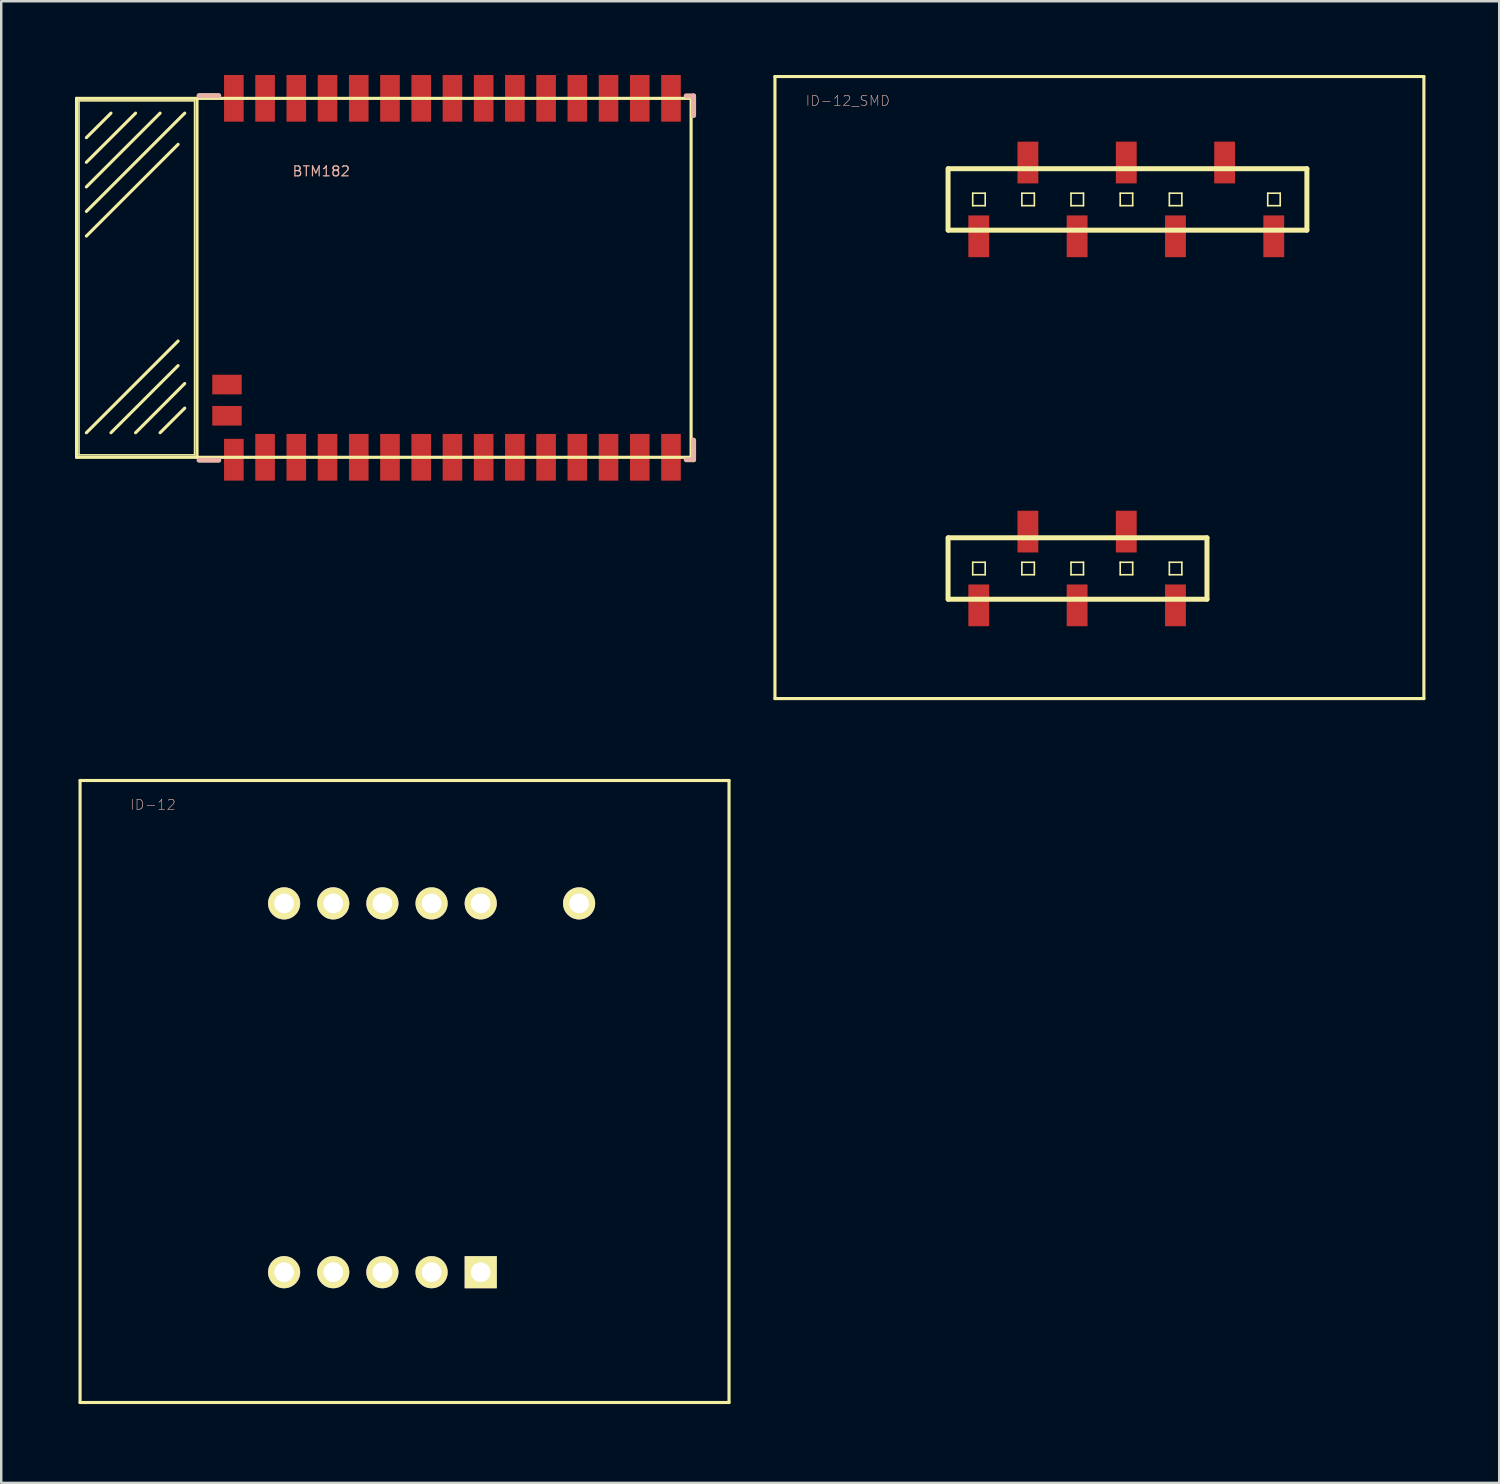
<source format=kicad_pcb>
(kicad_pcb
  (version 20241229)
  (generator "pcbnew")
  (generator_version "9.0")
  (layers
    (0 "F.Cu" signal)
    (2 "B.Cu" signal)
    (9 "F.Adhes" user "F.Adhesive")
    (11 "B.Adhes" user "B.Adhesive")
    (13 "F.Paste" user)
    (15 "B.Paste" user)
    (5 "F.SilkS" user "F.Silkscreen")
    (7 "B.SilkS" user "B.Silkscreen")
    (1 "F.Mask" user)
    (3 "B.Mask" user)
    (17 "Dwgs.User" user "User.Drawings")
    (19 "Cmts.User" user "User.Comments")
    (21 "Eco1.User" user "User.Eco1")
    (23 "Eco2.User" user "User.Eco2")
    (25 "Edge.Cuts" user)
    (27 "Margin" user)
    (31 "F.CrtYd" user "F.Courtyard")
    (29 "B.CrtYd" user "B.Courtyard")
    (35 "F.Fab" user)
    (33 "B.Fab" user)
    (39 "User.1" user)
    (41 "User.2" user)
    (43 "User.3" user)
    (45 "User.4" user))
  (footprint "ID-12"
    (layer "F.Cu")
    (at 0.25 54.014)
    (property "Reference" "ID-12" (at 2.921 -24.333 0) (layer "B.SilkS") (effects (font (size 0.406 0.406) (thickness 0.025))))
    (attr exclude_from_pos_files exclude_from_bom)
    (fp_line (start -0.043 -25.319) (end -0.043 -0.018) (stroke (width 0.127) (type solid)) (layer "F.SilkS"))
    (fp_line (start -0.043 -0.018) (end 26.352 -0.018) (stroke (width 0.127) (type solid)) (layer "F.SilkS"))
    (fp_line (start 26.352 -25.319) (end -0.043 -25.319) (stroke (width 0.127) (type solid)) (layer "F.SilkS"))
    (fp_line (start 26.352 -0.018) (end 26.352 -25.319) (stroke (width 0.127) (type solid)) (layer "F.SilkS"))
    (pad "1" thru_hole rect (at 16.253 -5.319) (size 1.306 1.306) (drill 0.798) (layers "*.Cu" "F.Mask" "F.SilkS" "F.Paste"))
    (pad "2" thru_hole circle (at 14.254 -5.319) (size 1.306 1.306) (drill 0.798) (layers "*.Cu" "F.Mask" "F.SilkS" "F.Paste"))
    (pad "3" thru_hole circle (at 12.253 -5.319) (size 1.306 1.306) (drill 0.798) (layers "*.Cu" "F.Mask" "F.SilkS" "F.Paste"))
    (pad "4" thru_hole circle (at 10.254 -5.319) (size 1.306 1.306) (drill 0.798) (layers "*.Cu" "F.Mask" "F.SilkS" "F.Paste"))
    (pad "5" thru_hole circle (at 8.255 -5.319) (size 1.306 1.306) (drill 0.798) (layers "*.Cu" "F.Mask" "F.SilkS" "F.Paste"))
    (pad "6" thru_hole circle (at 8.255 -20.32) (size 1.306 1.306) (drill 0.798) (layers "*.Cu" "F.Mask" "F.SilkS" "F.Paste"))
    (pad "7" thru_hole circle (at 10.254 -20.32) (size 1.306 1.306) (drill 0.798) (layers "*.Cu" "F.Mask" "F.SilkS" "F.Paste"))
    (pad "8" thru_hole circle (at 12.253 -20.32) (size 1.306 1.306) (drill 0.798) (layers "*.Cu" "F.Mask" "F.SilkS" "F.Paste"))
    (pad "9" thru_hole circle (at 14.254 -20.32) (size 1.306 1.306) (drill 0.798) (layers "*.Cu" "F.Mask" "F.SilkS" "F.Paste"))
    (pad "10" thru_hole circle (at 16.253 -20.32) (size 1.306 1.306) (drill 0.798) (layers "*.Cu" "F.Mask" "F.SilkS" "F.Paste"))
    (pad "11" thru_hole circle (at 20.254 -20.32) (size 1.306 1.306) (drill 0.798) (layers "*.Cu" "F.Mask" "F.SilkS" "F.Paste")))
  (footprint "ID-12_SMD"
    (layer "F.Cu")
    (at 28.513 25.382)
    (property "Reference" "ID-12_SMD" (at 2.921 -24.333 0) (layer "B.SilkS") (effects (font (size 0.406 0.406) (thickness 0.025))))
    (attr smd)
    (fp_line (start -0.043 -25.319) (end -0.043 -0.018) (stroke (width 0.127) (type solid)) (layer "F.SilkS"))
    (fp_line (start -0.043 -0.018) (end 26.352 -0.018) (stroke (width 0.127) (type solid)) (layer "F.SilkS"))
    (fp_line (start 6.998 -21.57) (end 6.998 -19.07) (stroke (width 0.203) (type solid)) (layer "F.SilkS"))
    (fp_line (start 6.998 -6.558) (end 6.998 -4.059) (stroke (width 0.203) (type solid)) (layer "F.SilkS"))
    (fp_line (start 7.01 -21.57) (end 21.593 -21.57) (stroke (width 0.203) (type solid)) (layer "F.SilkS"))
    (fp_line (start 7.01 -6.558) (end 17.529 -6.558) (stroke (width 0.203) (type solid)) (layer "F.SilkS"))
    (fp_line (start 8.001 -20.574) (end 8.509 -20.574) (stroke (width 0.066) (type solid)) (layer "F.SilkS"))
    (fp_line (start 8.001 -20.066) (end 8.001 -20.574) (stroke (width 0.066) (type solid)) (layer "F.SilkS"))
    (fp_line (start 8.001 -20.066) (end 8.509 -20.066) (stroke (width 0.066) (type solid)) (layer "F.SilkS"))
    (fp_line (start 8.001 -5.563) (end 8.509 -5.563) (stroke (width 0.066) (type solid)) (layer "F.SilkS"))
    (fp_line (start 8.001 -5.055) (end 8.001 -5.563) (stroke (width 0.066) (type solid)) (layer "F.SilkS"))
    (fp_line (start 8.001 -5.055) (end 8.509 -5.055) (stroke (width 0.066) (type solid)) (layer "F.SilkS"))
    (fp_line (start 8.509 -20.066) (end 8.509 -20.574) (stroke (width 0.066) (type solid)) (layer "F.SilkS"))
    (fp_line (start 8.509 -5.055) (end 8.509 -5.563) (stroke (width 0.066) (type solid)) (layer "F.SilkS"))
    (fp_line (start 10 -20.574) (end 10.508 -20.574) (stroke (width 0.066) (type solid)) (layer "F.SilkS"))
    (fp_line (start 10 -20.066) (end 10 -20.574) (stroke (width 0.066) (type solid)) (layer "F.SilkS"))
    (fp_line (start 10 -20.066) (end 10.508 -20.066) (stroke (width 0.066) (type solid)) (layer "F.SilkS"))
    (fp_line (start 10 -5.563) (end 10.508 -5.563) (stroke (width 0.066) (type solid)) (layer "F.SilkS"))
    (fp_line (start 10 -5.055) (end 10 -5.563) (stroke (width 0.066) (type solid)) (layer "F.SilkS"))
    (fp_line (start 10 -5.055) (end 10.508 -5.055) (stroke (width 0.066) (type solid)) (layer "F.SilkS"))
    (fp_line (start 10.508 -20.066) (end 10.508 -20.574) (stroke (width 0.066) (type solid)) (layer "F.SilkS"))
    (fp_line (start 10.508 -5.055) (end 10.508 -5.563) (stroke (width 0.066) (type solid)) (layer "F.SilkS"))
    (fp_line (start 11.999 -20.574) (end 12.507 -20.574) (stroke (width 0.066) (type solid)) (layer "F.SilkS"))
    (fp_line (start 11.999 -20.066) (end 11.999 -20.574) (stroke (width 0.066) (type solid)) (layer "F.SilkS"))
    (fp_line (start 11.999 -20.066) (end 12.507 -20.066) (stroke (width 0.066) (type solid)) (layer "F.SilkS"))
    (fp_line (start 11.999 -5.563) (end 12.507 -5.563) (stroke (width 0.066) (type solid)) (layer "F.SilkS"))
    (fp_line (start 11.999 -5.055) (end 11.999 -5.563) (stroke (width 0.066) (type solid)) (layer "F.SilkS"))
    (fp_line (start 11.999 -5.055) (end 12.507 -5.055) (stroke (width 0.066) (type solid)) (layer "F.SilkS"))
    (fp_line (start 12.507 -20.066) (end 12.507 -20.574) (stroke (width 0.066) (type solid)) (layer "F.SilkS"))
    (fp_line (start 12.507 -5.055) (end 12.507 -5.563) (stroke (width 0.066) (type solid)) (layer "F.SilkS"))
    (fp_line (start 14 -20.574) (end 14.508 -20.574) (stroke (width 0.066) (type solid)) (layer "F.SilkS"))
    (fp_line (start 14 -20.066) (end 14 -20.574) (stroke (width 0.066) (type solid)) (layer "F.SilkS"))
    (fp_line (start 14 -20.066) (end 14.508 -20.066) (stroke (width 0.066) (type solid)) (layer "F.SilkS"))
    (fp_line (start 14 -5.563) (end 14.508 -5.563) (stroke (width 0.066) (type solid)) (layer "F.SilkS"))
    (fp_line (start 14 -5.055) (end 14 -5.563) (stroke (width 0.066) (type solid)) (layer "F.SilkS"))
    (fp_line (start 14 -5.055) (end 14.508 -5.055) (stroke (width 0.066) (type solid)) (layer "F.SilkS"))
    (fp_line (start 14.508 -20.066) (end 14.508 -20.574) (stroke (width 0.066) (type solid)) (layer "F.SilkS"))
    (fp_line (start 14.508 -5.055) (end 14.508 -5.563) (stroke (width 0.066) (type solid)) (layer "F.SilkS"))
    (fp_line (start 15.999 -20.574) (end 16.507 -20.574) (stroke (width 0.066) (type solid)) (layer "F.SilkS"))
    (fp_line (start 15.999 -20.066) (end 15.999 -20.574) (stroke (width 0.066) (type solid)) (layer "F.SilkS"))
    (fp_line (start 15.999 -20.066) (end 16.507 -20.066) (stroke (width 0.066) (type solid)) (layer "F.SilkS"))
    (fp_line (start 15.999 -5.563) (end 16.507 -5.563) (stroke (width 0.066) (type solid)) (layer "F.SilkS"))
    (fp_line (start 15.999 -5.055) (end 15.999 -5.563) (stroke (width 0.066) (type solid)) (layer "F.SilkS"))
    (fp_line (start 15.999 -5.055) (end 16.507 -5.055) (stroke (width 0.066) (type solid)) (layer "F.SilkS"))
    (fp_line (start 16.507 -20.066) (end 16.507 -20.574) (stroke (width 0.066) (type solid)) (layer "F.SilkS"))
    (fp_line (start 16.507 -5.055) (end 16.507 -5.563) (stroke (width 0.066) (type solid)) (layer "F.SilkS"))
    (fp_line (start 17.529 -6.558) (end 17.529 -4.059) (stroke (width 0.203) (type solid)) (layer "F.SilkS"))
    (fp_line (start 17.529 -4.059) (end 7.01 -4.059) (stroke (width 0.203) (type solid)) (layer "F.SilkS"))
    (fp_line (start 20 -20.574) (end 20.508 -20.574) (stroke (width 0.066) (type solid)) (layer "F.SilkS"))
    (fp_line (start 20 -20.066) (end 20 -20.574) (stroke (width 0.066) (type solid)) (layer "F.SilkS"))
    (fp_line (start 20 -20.066) (end 20.508 -20.066) (stroke (width 0.066) (type solid)) (layer "F.SilkS"))
    (fp_line (start 20.508 -20.066) (end 20.508 -20.574) (stroke (width 0.066) (type solid)) (layer "F.SilkS"))
    (fp_line (start 21.593 -21.57) (end 21.593 -19.07) (stroke (width 0.203) (type solid)) (layer "F.SilkS"))
    (fp_line (start 21.593 -19.07) (end 7.01 -19.07) (stroke (width 0.203) (type solid)) (layer "F.SilkS"))
    (fp_line (start 26.352 -25.319) (end -0.043 -25.319) (stroke (width 0.127) (type solid)) (layer "F.SilkS"))
    (fp_line (start 26.352 -0.018) (end 26.352 -25.319) (stroke (width 0.127) (type solid)) (layer "F.SilkS"))
    (pad "1" smd rect (at 16.248 -3.81) (size 0.848 1.699) (layers "F.Cu" "F.Mask" "F.Paste"))
    (pad "2" smd rect (at 14.247 -6.81) (size 0.848 1.699) (layers "F.Cu" "F.Mask" "F.Paste"))
    (pad "3" smd rect (at 12.248 -3.81) (size 0.848 1.699) (layers "F.Cu" "F.Mask" "F.Paste"))
    (pad "4" smd rect (at 10.246 -6.81) (size 0.848 1.699) (layers "F.Cu" "F.Mask" "F.Paste"))
    (pad "5" smd rect (at 8.247 -3.81) (size 0.848 1.699) (layers "F.Cu" "F.Mask" "F.Paste"))
    (pad "6" smd rect (at 8.247 -18.821) (size 0.848 1.699) (layers "F.Cu" "F.Mask" "F.Paste"))
    (pad "7" smd rect (at 10.246 -21.821) (size 0.848 1.699) (layers "F.Cu" "F.Mask" "F.Paste"))
    (pad "8" smd rect (at 12.248 -18.821) (size 0.848 1.699) (layers "F.Cu" "F.Mask" "F.Paste"))
    (pad "9" smd rect (at 14.247 -21.821) (size 0.848 1.699) (layers "F.Cu" "F.Mask" "F.Paste"))
    (pad "10" smd rect (at 16.248 -18.821) (size 0.848 1.699) (layers "F.Cu" "F.Mask" "F.Paste"))
    (pad "11" smd rect (at 20.246 -18.821) (size 0.848 1.699) (layers "F.Cu" "F.Mask" "F.Paste"))
    (pad "NC" smd rect (at 18.247 -21.821) (size 0.848 1.699) (layers "F.Cu" "F.Mask" "F.Paste")))
  (footprint "BTM182"
    (layer "F.Cu")
    (at 6.462 15.55)
    (property "Reference" "BTM182" (at 3.556 -11.633 0) (layer "B.SilkS") (effects (font (size 0.406 0.406) (thickness 0.051))))
    (attr smd)
    (fp_line (start -6.398 -14.6) (end -6.398 0) (stroke (width 0.127) (type solid)) (layer "F.SilkS"))
    (fp_line (start -6.398 0) (end -1.499 0) (stroke (width 0.127) (type solid)) (layer "F.SilkS"))
    (fp_line (start -6.299 -14.498) (end -1.598 -14.498) (stroke (width 0.066) (type solid)) (layer "F.SilkS"))
    (fp_line (start -6.299 -0.099) (end -6.299 -14.498) (stroke (width 0.066) (type solid)) (layer "F.SilkS"))
    (fp_line (start -6.299 -0.099) (end -1.598 -0.099) (stroke (width 0.066) (type solid)) (layer "F.SilkS"))
    (fp_line (start -5.999 -13) (end -4.999 -13.998) (stroke (width 0.127) (type solid)) (layer "F.SilkS"))
    (fp_line (start -5.999 -11.999) (end -3.998 -13.998) (stroke (width 0.127) (type solid)) (layer "F.SilkS"))
    (fp_line (start -5.999 -10.998) (end -3 -13.998) (stroke (width 0.127) (type solid)) (layer "F.SilkS"))
    (fp_line (start -5.999 -10) (end -1.999 -13.998) (stroke (width 0.127) (type solid)) (layer "F.SilkS"))
    (fp_line (start -5.999 -8.999) (end -2.268 -12.728) (stroke (width 0.127) (type solid)) (layer "F.SilkS"))
    (fp_line (start -5.999 -0.998) (end -2.268 -4.729) (stroke (width 0.127) (type solid)) (layer "F.SilkS"))
    (fp_line (start -4.999 -0.998) (end -2.268 -3.729) (stroke (width 0.127) (type solid)) (layer "F.SilkS"))
    (fp_line (start -3.998 -0.998) (end -1.999 -3) (stroke (width 0.127) (type solid)) (layer "F.SilkS"))
    (fp_line (start -3 -0.998) (end -1.999 -1.999) (stroke (width 0.127) (type solid)) (layer "F.SilkS"))
    (fp_line (start -1.598 -0.099) (end -1.598 -14.498) (stroke (width 0.066) (type solid)) (layer "F.SilkS"))
    (fp_line (start -1.499 -14.6) (end -6.398 -14.6) (stroke (width 0.127) (type solid)) (layer "F.SilkS"))
    (fp_line (start -1.499 -14.6) (end -1.499 0) (stroke (width 0.127) (type solid)) (layer "F.SilkS"))
    (fp_line (start -1.499 0) (end 18.598 0) (stroke (width 0.127) (type solid)) (layer "F.SilkS"))
    (fp_line (start 18.598 -14.6) (end -1.499 -14.6) (stroke (width 0.127) (type solid)) (layer "F.SilkS"))
    (fp_line (start 18.598 0) (end 18.598 -14.6) (stroke (width 0.127) (type solid)) (layer "F.SilkS"))
    (fp_line (start -1.415 -14.712) (end -0.615 -14.712) (stroke (width 0.203) (type solid)) (layer "B.SilkS"))
    (fp_line (start -1.415 0.119) (end -0.615 0.119) (stroke (width 0.203) (type solid)) (layer "B.SilkS"))
    (fp_line (start 18.4 -14.699) (end 18.699 -14.699) (stroke (width 0.203) (type solid)) (layer "B.SilkS"))
    (fp_line (start 18.4 0.099) (end 18.699 0.099) (stroke (width 0.203) (type solid)) (layer "B.SilkS"))
    (fp_line (start 18.699 -14.699) (end 18.699 -13.899) (stroke (width 0.203) (type solid)) (layer "B.SilkS"))
    (fp_line (start 18.699 0.099) (end 18.699 -0.699) (stroke (width 0.203) (type solid)) (layer "B.SilkS"))
    (pad "1" smd rect (at 0 0.099 90) (size 1.699 0.798) (layers "F.Cu" "F.Mask" "F.Paste"))
    (pad "2" smd rect (at 1.27 0 90) (size 1.9 0.798) (layers "F.Cu" "F.Mask" "F.Paste"))
    (pad "3" smd rect (at 2.54 0 90) (size 1.9 0.798) (layers "F.Cu" "F.Mask" "F.Paste"))
    (pad "4" smd rect (at 3.81 0 90) (size 1.9 0.798) (layers "F.Cu" "F.Mask" "F.Paste"))
    (pad "5" smd rect (at 5.08 0 90) (size 1.9 0.798) (layers "F.Cu" "F.Mask" "F.Paste"))
    (pad "6" smd rect (at 6.35 0 90) (size 1.9 0.798) (layers "F.Cu" "F.Mask" "F.Paste"))
    (pad "7" smd rect (at 7.62 0 90) (size 1.9 0.798) (layers "F.Cu" "F.Mask" "F.Paste"))
    (pad "8" smd rect (at 8.89 0 90) (size 1.9 0.798) (layers "F.Cu" "F.Mask" "F.Paste"))
    (pad "9" smd rect (at 10.16 0 90) (size 1.9 0.798) (layers "F.Cu" "F.Mask" "F.Paste"))
    (pad "10" smd rect (at 11.43 0 90) (size 1.9 0.798) (layers "F.Cu" "F.Mask" "F.Paste"))
    (pad "11" smd rect (at 12.7 0 90) (size 1.9 0.798) (layers "F.Cu" "F.Mask" "F.Paste"))
    (pad "12" smd rect (at 13.97 0 90) (size 1.9 0.798) (layers "F.Cu" "F.Mask" "F.Paste"))
    (pad "13" smd rect (at 15.24 0 90) (size 1.9 0.798) (layers "F.Cu" "F.Mask" "F.Paste"))
    (pad "14" smd rect (at 16.51 0 90) (size 1.9 0.798) (layers "F.Cu" "F.Mask" "F.Paste"))
    (pad "15" smd rect (at 17.78 0 90) (size 1.9 0.798) (layers "F.Cu" "F.Mask" "F.Paste"))
    (pad "16" smd rect (at 17.78 -14.6 90) (size 1.9 0.798) (layers "F.Cu" "F.Mask" "F.Paste"))
    (pad "17" smd rect (at 16.51 -14.6 90) (size 1.9 0.798) (layers "F.Cu" "F.Mask" "F.Paste"))
    (pad "18" smd rect (at 15.24 -14.6 90) (size 1.9 0.798) (layers "F.Cu" "F.Mask" "F.Paste"))
    (pad "19" smd rect (at 13.97 -14.6 90) (size 1.9 0.798) (layers "F.Cu" "F.Mask" "F.Paste"))
    (pad "20" smd rect (at 12.7 -14.6 90) (size 1.9 0.798) (layers "F.Cu" "F.Mask" "F.Paste"))
    (pad "21" smd rect (at 11.43 -14.6 90) (size 1.9 0.798) (layers "F.Cu" "F.Mask" "F.Paste"))
    (pad "22" smd rect (at 10.16 -14.6 90) (size 1.9 0.798) (layers "F.Cu" "F.Mask" "F.Paste"))
    (pad "23" smd rect (at 8.89 -14.6 90) (size 1.9 0.798) (layers "F.Cu" "F.Mask" "F.Paste"))
    (pad "24" smd rect (at 7.62 -14.6 90) (size 1.9 0.798) (layers "F.Cu" "F.Mask" "F.Paste"))
    (pad "25" smd rect (at 6.35 -14.6 90) (size 1.9 0.798) (layers "F.Cu" "F.Mask" "F.Paste"))
    (pad "26" smd rect (at 5.08 -14.6 90) (size 1.9 0.798) (layers "F.Cu" "F.Mask" "F.Paste"))
    (pad "27" smd rect (at 3.81 -14.6 90) (size 1.9 0.798) (layers "F.Cu" "F.Mask" "F.Paste"))
    (pad "28" smd rect (at 2.54 -14.6 90) (size 1.9 0.798) (layers "F.Cu" "F.Mask" "F.Paste"))
    (pad "29" smd rect (at 1.27 -14.6 90) (size 1.9 0.798) (layers "F.Cu" "F.Mask" "F.Paste"))
    (pad "30" smd rect (at 0 -14.6 90) (size 1.9 0.798) (layers "F.Cu" "F.Mask" "F.Paste"))
    (pad "31" smd rect (at -0.279 -2.959) (size 1.199 0.798) (layers "F.Cu" "F.Mask" "F.Paste"))
    (pad "32" smd rect (at -0.279 -1.689) (size 1.199 0.798) (layers "F.Cu" "F.Mask" "F.Paste")))
  (gr_rect
    (start -3 -3)
    (end 57.929 57.264)
    (stroke (width 0.1) (type default))
    (fill no)
    (layer "Edge.Cuts")))
</source>
